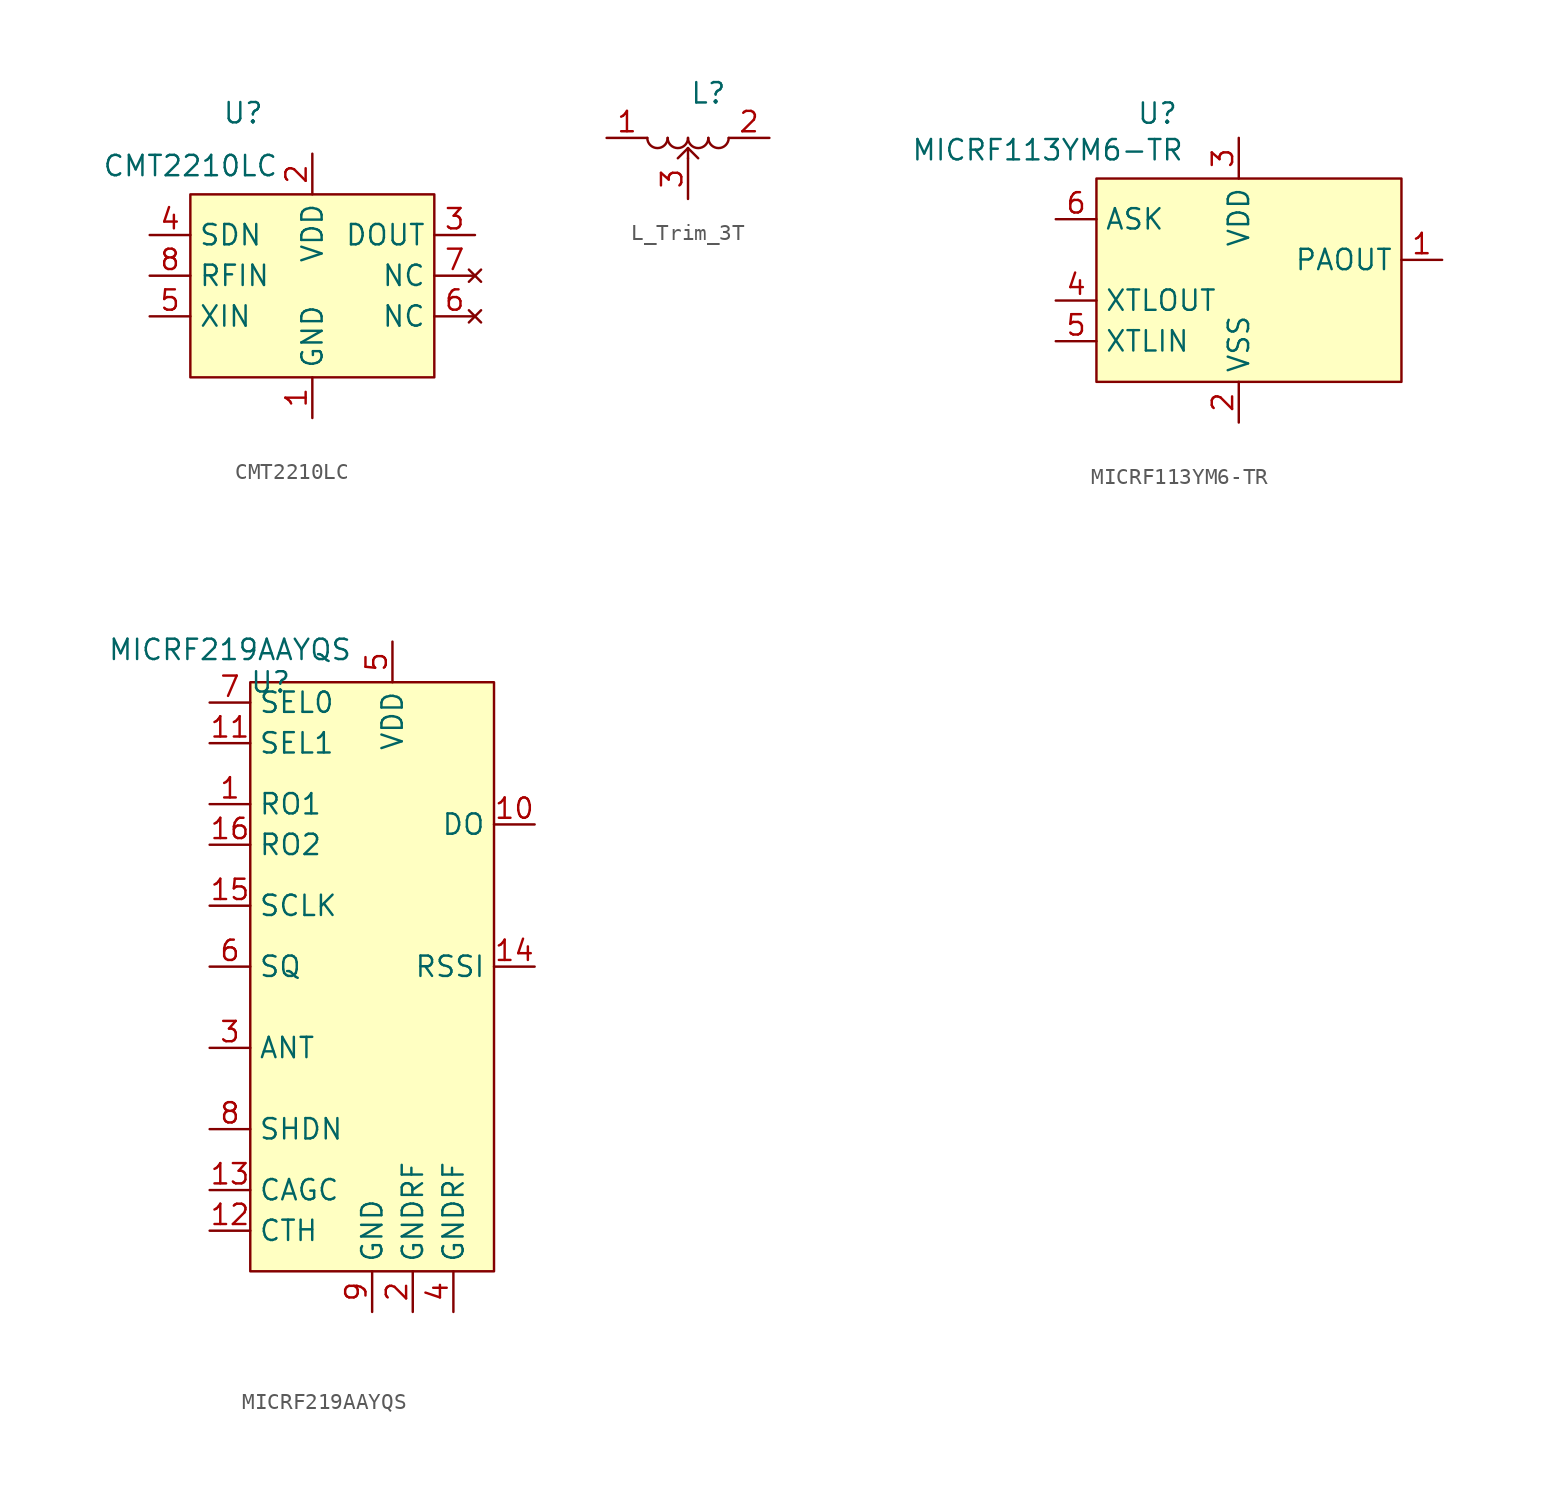
<source format=kicad_sym>
(kicad_symbol_lib
  (version 20231120)
  (generator "kicad_symbol_editor")
  (generator_version "8.0")
  (symbol "CMT2210LC"
    (property "Reference" "U"
      (at -0.508 7.62 0)
      (effects (font (size 1.27 1.27))))
    (property "Value" "CMT2210LC"
      (at -3.81 4.318 0)
      (effects (font (size 1.27 1.27))))
    (symbol "CMT2210LC_1_1"
      (rectangle (start -3.81 2.54) (end 11.43 -8.89) (stroke (width 0) (type default)) (fill (type background)))
      (pin power_in line (at 3.81 -11.43 90) (length 2.54) (name "GND" (effects (font (size 1.27 1.27)))) (number "1" (effects (font (size 1.27 1.27)))))
      (pin power_in line (at 3.81 5.08 270) (length 2.54) (name "VDD" (effects (font (size 1.27 1.27)))) (number "2" (effects (font (size 1.27 1.27)))))
      (pin output line (at 13.97 0 180) (length 2.54) (name "DOUT" (effects (font (size 1.27 1.27)))) (number "3" (effects (font (size 1.27 1.27)))))
      (pin input line (at -6.35 0 0) (length 2.54) (name "SDN" (effects (font (size 1.27 1.27)))) (number "4" (effects (font (size 1.27 1.27)))))
      (pin input line (at -6.35 -5.08 0) (length 2.54) (name "XIN" (effects (font (size 1.27 1.27)))) (number "5" (effects (font (size 1.27 1.27)))))
      (pin no_connect line (at 13.97 -5.08 180) (length 2.54) (name "NC" (effects (font (size 1.27 1.27)))) (number "6" (effects (font (size 1.27 1.27)))))
      (pin no_connect line (at 13.97 -2.54 180) (length 2.54) (name "NC" (effects (font (size 1.27 1.27)))) (number "7" (effects (font (size 1.27 1.27)))))
      (pin input line (at -6.35 -2.54 0) (length 2.54) (name "RFIN" (effects (font (size 1.27 1.27)))) (number "8" (effects (font (size 1.27 1.27)))))))
  (symbol "L_Trim_3T"
    (property "Reference" "L"
      (at 0 2.794 0)
      (effects (font (size 1.27 1.27))))
    (property "Value" ""
      (at 0 2.794 0)
      (effects (font (size 1.27 1.27))))
    (symbol "L_Trim_3T_0_1"
      (arc (start -3.81 0) (mid -3.175 -0.635) (end -2.54 0) (stroke (width 0) (type default)) (fill (type none)))
      (arc (start -2.54 0) (mid -1.905 -0.635) (end -1.27 0) (stroke (width 0) (type default)) (fill (type none)))
      (arc (start -1.27 0) (mid -0.635 -0.635) (end 0 0) (stroke (width 0) (type default)) (fill (type none)))
      (polyline (pts (xy -1.27 -0.635) (xy -1.905 -1.27)) (stroke (width 0) (type default)) (fill (type none)))
      (polyline (pts (xy -1.27 -0.635) (xy -1.27 -1.27)) (stroke (width 0) (type default)) (fill (type none)))
      (polyline (pts (xy -1.27 -0.635) (xy -0.635 -1.27)) (stroke (width 0) (type default)) (fill (type none)))
      (arc (start 0 0) (mid 0.635 -0.635) (end 1.27 0) (stroke (width 0) (type default)) (fill (type none))))
    (symbol "L_Trim_3T_1_1"
      (pin passive line (at -6.35 0 0) (length 2.54) (name "" (effects (font (size 1.27 1.27)))) (number "1" (effects (font (size 1.27 1.27)))))
      (pin passive line (at 3.81 0 180) (length 2.54) (name "" (effects (font (size 1.27 1.27)))) (number "2" (effects (font (size 1.27 1.27)))))
      (pin passive line (at -1.27 -3.81 90) (length 2.54) (name "" (effects (font (size 1.27 1.27)))) (number "3" (effects (font (size 1.27 1.27)))))))
  (symbol "MICRF113YM6-TR"
    (property "Reference" "U"
      (at 0 4.064 0)
      (effects (font (size 1.27 1.27))))
    (property "Value" "MICRF113YM6-TR"
      (at -6.858 1.778 0)
      (effects (font (size 1.27 1.27))))
    (symbol "MICRF113YM6-TR_1_1"
      (rectangle (start -3.81 0) (end 15.24 -12.7) (stroke (width 0) (type default)) (fill (type background)))
      (pin output line (at 17.78 -5.08 180) (length 2.54) (name "PAOUT" (effects (font (size 1.27 1.27)))) (number "1" (effects (font (size 1.27 1.27)))))
      (pin power_in line (at 5.08 -15.24 90) (length 2.54) (name "VSS" (effects (font (size 1.27 1.27)))) (number "2" (effects (font (size 1.27 1.27)))))
      (pin power_in line (at 5.08 2.54 270) (length 2.54) (name "VDD" (effects (font (size 1.27 1.27)))) (number "3" (effects (font (size 1.27 1.27)))))
      (pin passive line (at -6.35 -7.62 0) (length 2.54) (name "XTLOUT" (effects (font (size 1.27 1.27)))) (number "4" (effects (font (size 1.27 1.27)))))
      (pin passive line (at -6.35 -10.16 0) (length 2.54) (name "XTLIN" (effects (font (size 1.27 1.27)))) (number "5" (effects (font (size 1.27 1.27)))))
      (pin input line (at -6.35 -2.54 0) (length 2.54) (name "ASK" (effects (font (size 1.27 1.27)))) (number "6" (effects (font (size 1.27 1.27)))))))
  (symbol "MICRF219AAYQS"
    (property "Reference" "U"
      (at 0 0 0)
      (effects (font (size 1.27 1.27))))
    (property "Value" "MICRF219AAYQS"
      (at -2.54 2.032 0)
      (effects (font (size 1.27 1.27))))
    (symbol "MICRF219AAYQS_1_1"
      (rectangle (start -1.27 0) (end 13.97 -36.83) (stroke (width 0) (type default)) (fill (type background)))
      (pin passive line (at -3.81 -7.62 0) (length 2.54) (name "RO1" (effects (font (size 1.27 1.27)))) (number "1" (effects (font (size 1.27 1.27)))))
      (pin output line (at 16.51 -8.89 180) (length 2.54) (name "DO" (effects (font (size 1.27 1.27)))) (number "10" (effects (font (size 1.27 1.27)))))
      (pin input line (at -3.81 -3.81 0) (length 2.54) (name "SEL1" (effects (font (size 1.27 1.27)))) (number "11" (effects (font (size 1.27 1.27)))))
      (pin passive line (at -3.81 -34.29 0) (length 2.54) (name "CTH" (effects (font (size 1.27 1.27)))) (number "12" (effects (font (size 1.27 1.27)))))
      (pin passive line (at -3.81 -31.75 0) (length 2.54) (name "CAGC" (effects (font (size 1.27 1.27)))) (number "13" (effects (font (size 1.27 1.27)))))
      (pin output line (at 16.51 -17.78 180) (length 2.54) (name "RSSI" (effects (font (size 1.27 1.27)))) (number "14" (effects (font (size 1.27 1.27)))))
      (pin input line (at -3.81 -13.97 0) (length 2.54) (name "SCLK" (effects (font (size 1.27 1.27)))) (number "15" (effects (font (size 1.27 1.27)))))
      (pin passive line (at -3.81 -10.16 0) (length 2.54) (name "RO2" (effects (font (size 1.27 1.27)))) (number "16" (effects (font (size 1.27 1.27)))))
      (pin power_in line (at 8.89 -39.37 90) (length 2.54) (name "GNDRF" (effects (font (size 1.27 1.27)))) (number "2" (effects (font (size 1.27 1.27)))))
      (pin input line (at -3.81 -22.86 0) (length 2.54) (name "ANT" (effects (font (size 1.27 1.27)))) (number "3" (effects (font (size 1.27 1.27)))))
      (pin power_in line (at 11.43 -39.37 90) (length 2.54) (name "GNDRF" (effects (font (size 1.27 1.27)))) (number "4" (effects (font (size 1.27 1.27)))))
      (pin power_in line (at 7.62 2.54 270) (length 2.54) (name "VDD" (effects (font (size 1.27 1.27)))) (number "5" (effects (font (size 1.27 1.27)))))
      (pin input line (at -3.81 -17.78 0) (length 2.54) (name "SQ" (effects (font (size 1.27 1.27)))) (number "6" (effects (font (size 1.27 1.27)))))
      (pin input line (at -3.81 -1.27 0) (length 2.54) (name "SEL0" (effects (font (size 1.27 1.27)))) (number "7" (effects (font (size 1.27 1.27)))))
      (pin input line (at -3.81 -27.94 0) (length 2.54) (name "SHDN" (effects (font (size 1.27 1.27)))) (number "8" (effects (font (size 1.27 1.27)))))
      (pin power_in line (at 6.35 -39.37 90) (length 2.54) (name "GND" (effects (font (size 1.27 1.27)))) (number "9" (effects (font (size 1.27 1.27))))))))
</source>
